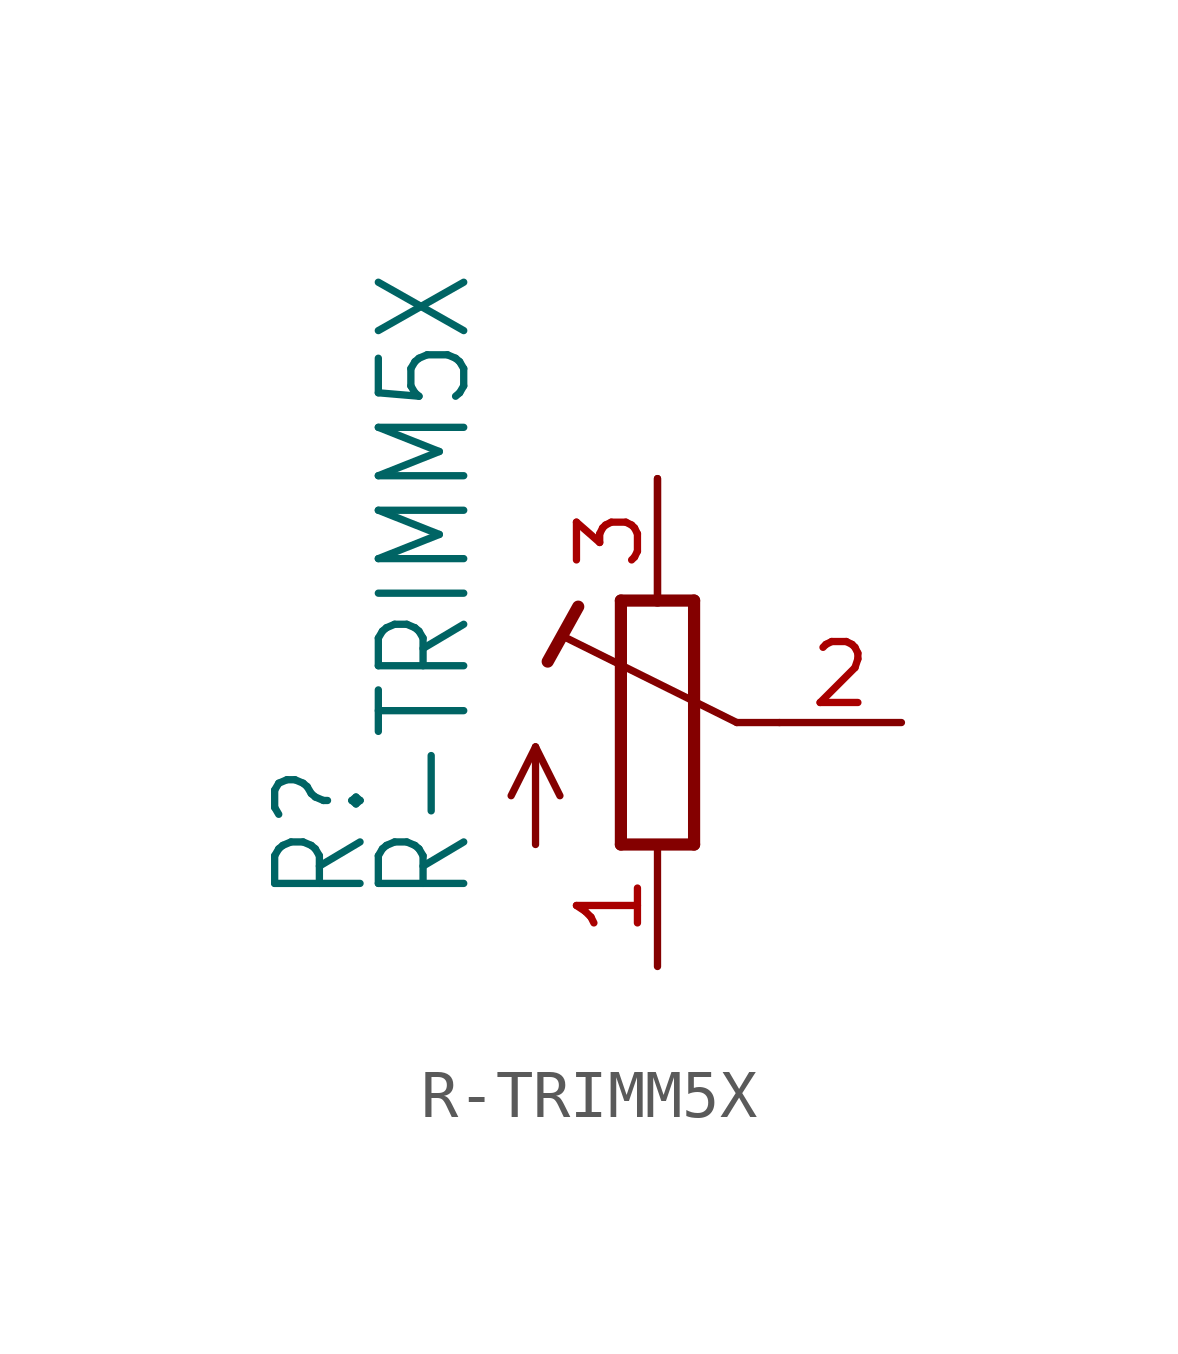
<source format=kicad_sym>
(kicad_symbol_lib
  (version 20211014)
  (generator kicad_symbol_editor)
  (symbol "R-TRIMM5X"
    (property "Reference" "R"
      (at -5.969 -3.81 90)
      (effects (font (size 1.778 1.511)) (justify left bottom)))
    (property "Value" "R-TRIMM5X"
      (at -3.81 -3.81 90)
      (effects (font (size 1.778 1.511)) (justify left bottom)))
    (property "ki_locked" ""
      (at 0 0 0)
      (effects (font (size 1.27 1.27))))
    (symbol "R-TRIMM5X_1_0"
      (polyline (pts (xy -2.54 -2.54) (xy -2.54 -0.508)) (stroke (width 0.152) (type default) (color 0 0 0 0)) (fill (type none)))
      (polyline (pts (xy -2.54 -0.508) (xy -3.048 -1.524)) (stroke (width 0.152) (type default) (color 0 0 0 0)) (fill (type none)))
      (polyline (pts (xy -2.54 -0.508) (xy -2.032 -1.524)) (stroke (width 0.152) (type default) (color 0 0 0 0)) (fill (type none)))
      (polyline (pts (xy -2.286 1.27) (xy -1.651 2.413)) (stroke (width 0.254) (type default) (color 0 0 0 0)) (fill (type none)))
      (polyline (pts (xy -0.762 -2.54) (xy 0.762 -2.54)) (stroke (width 0.254) (type default) (color 0 0 0 0)) (fill (type none)))
      (polyline (pts (xy -0.762 2.54) (xy -0.762 -2.54)) (stroke (width 0.254) (type default) (color 0 0 0 0)) (fill (type none)))
      (polyline (pts (xy 0 2.54) (xy -0.762 2.54)) (stroke (width 0.254) (type default) (color 0 0 0 0)) (fill (type none)))
      (polyline (pts (xy 0 2.54) (xy 0 5.08)) (stroke (width 0.152) (type default) (color 0 0 0 0)) (fill (type none)))
      (polyline (pts (xy 0.762 -2.54) (xy 0.762 2.54)) (stroke (width 0.254) (type default) (color 0 0 0 0)) (fill (type none)))
      (polyline (pts (xy 0.762 2.54) (xy 0 2.54)) (stroke (width 0.254) (type default) (color 0 0 0 0)) (fill (type none)))
      (polyline (pts (xy 1.651 0) (xy -1.88 1.753)) (stroke (width 0.152) (type default) (color 0 0 0 0)) (fill (type none)))
      (polyline (pts (xy 2.54 0) (xy 1.651 0)) (stroke (width 0.152) (type default) (color 0 0 0 0)) (fill (type none)))
      (pin passive line (at 0 -5.08 90) (length 2.54) (name "A" (effects (font (size 0 0)))) (number "1" (effects (font (size 1.27 1.27)))))
      (pin passive line (at 5.08 0 180) (length 2.54) (name "S" (effects (font (size 0 0)))) (number "2" (effects (font (size 1.27 1.27)))))
      (pin passive line (at 0 5.08 270) (length 2.54) (name "E" (effects (font (size 0 0)))) (number "3" (effects (font (size 1.27 1.27))))))))
</source>
